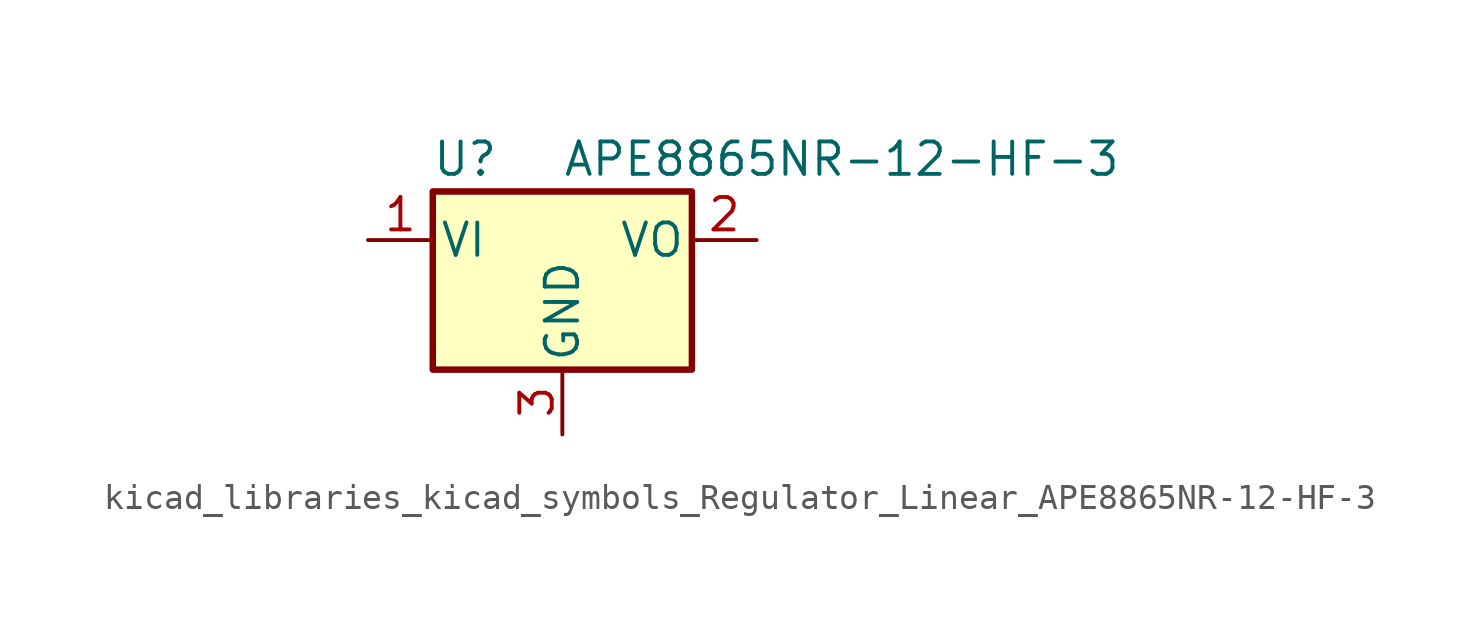
<source format=kicad_sym>
(kicad_symbol_lib
  (version 20220914)
  (generator kicad_symbol_editor)
  (symbol "kicad_libraries_kicad_symbols_Regulator_Linear_APE8865NR-12-HF-3"
    (pin_names
      (offset 0.254))
    (property "Reference" "U"
      (at -3.81 3.175 0)
      (effects (font (size 1.27 1.27))))
    (property "Value" "APE8865NR-12-HF-3"
      (at 0 3.175 0)
      (effects (font (size 1.27 1.27)) (justify left)))
    (symbol "kicad_libraries_kicad_symbols_Regulator_Linear_APE8865NR-12-HF-3_0_1"
      (rectangle (start -5.08 1.905) (end 5.08 -5.08) (stroke (width 0.254) (type default)) (fill (type background))))
    (symbol "kicad_libraries_kicad_symbols_Regulator_Linear_APE8865NR-12-HF-3_1_1"
      (pin power_in line (at -7.62 0 0) (length 2.54) (name "VI" (effects (font (size 1.27 1.27)))) (number "1" (effects (font (size 1.27 1.27)))))
      (pin power_out line (at 7.62 0 180) (length 2.54) (name "VO" (effects (font (size 1.27 1.27)))) (number "2" (effects (font (size 1.27 1.27)))))
      (pin power_in line (at 0 -7.62 90) (length 2.54) (name "GND" (effects (font (size 1.27 1.27)))) (number "3" (effects (font (size 1.27 1.27))))))))
</source>
